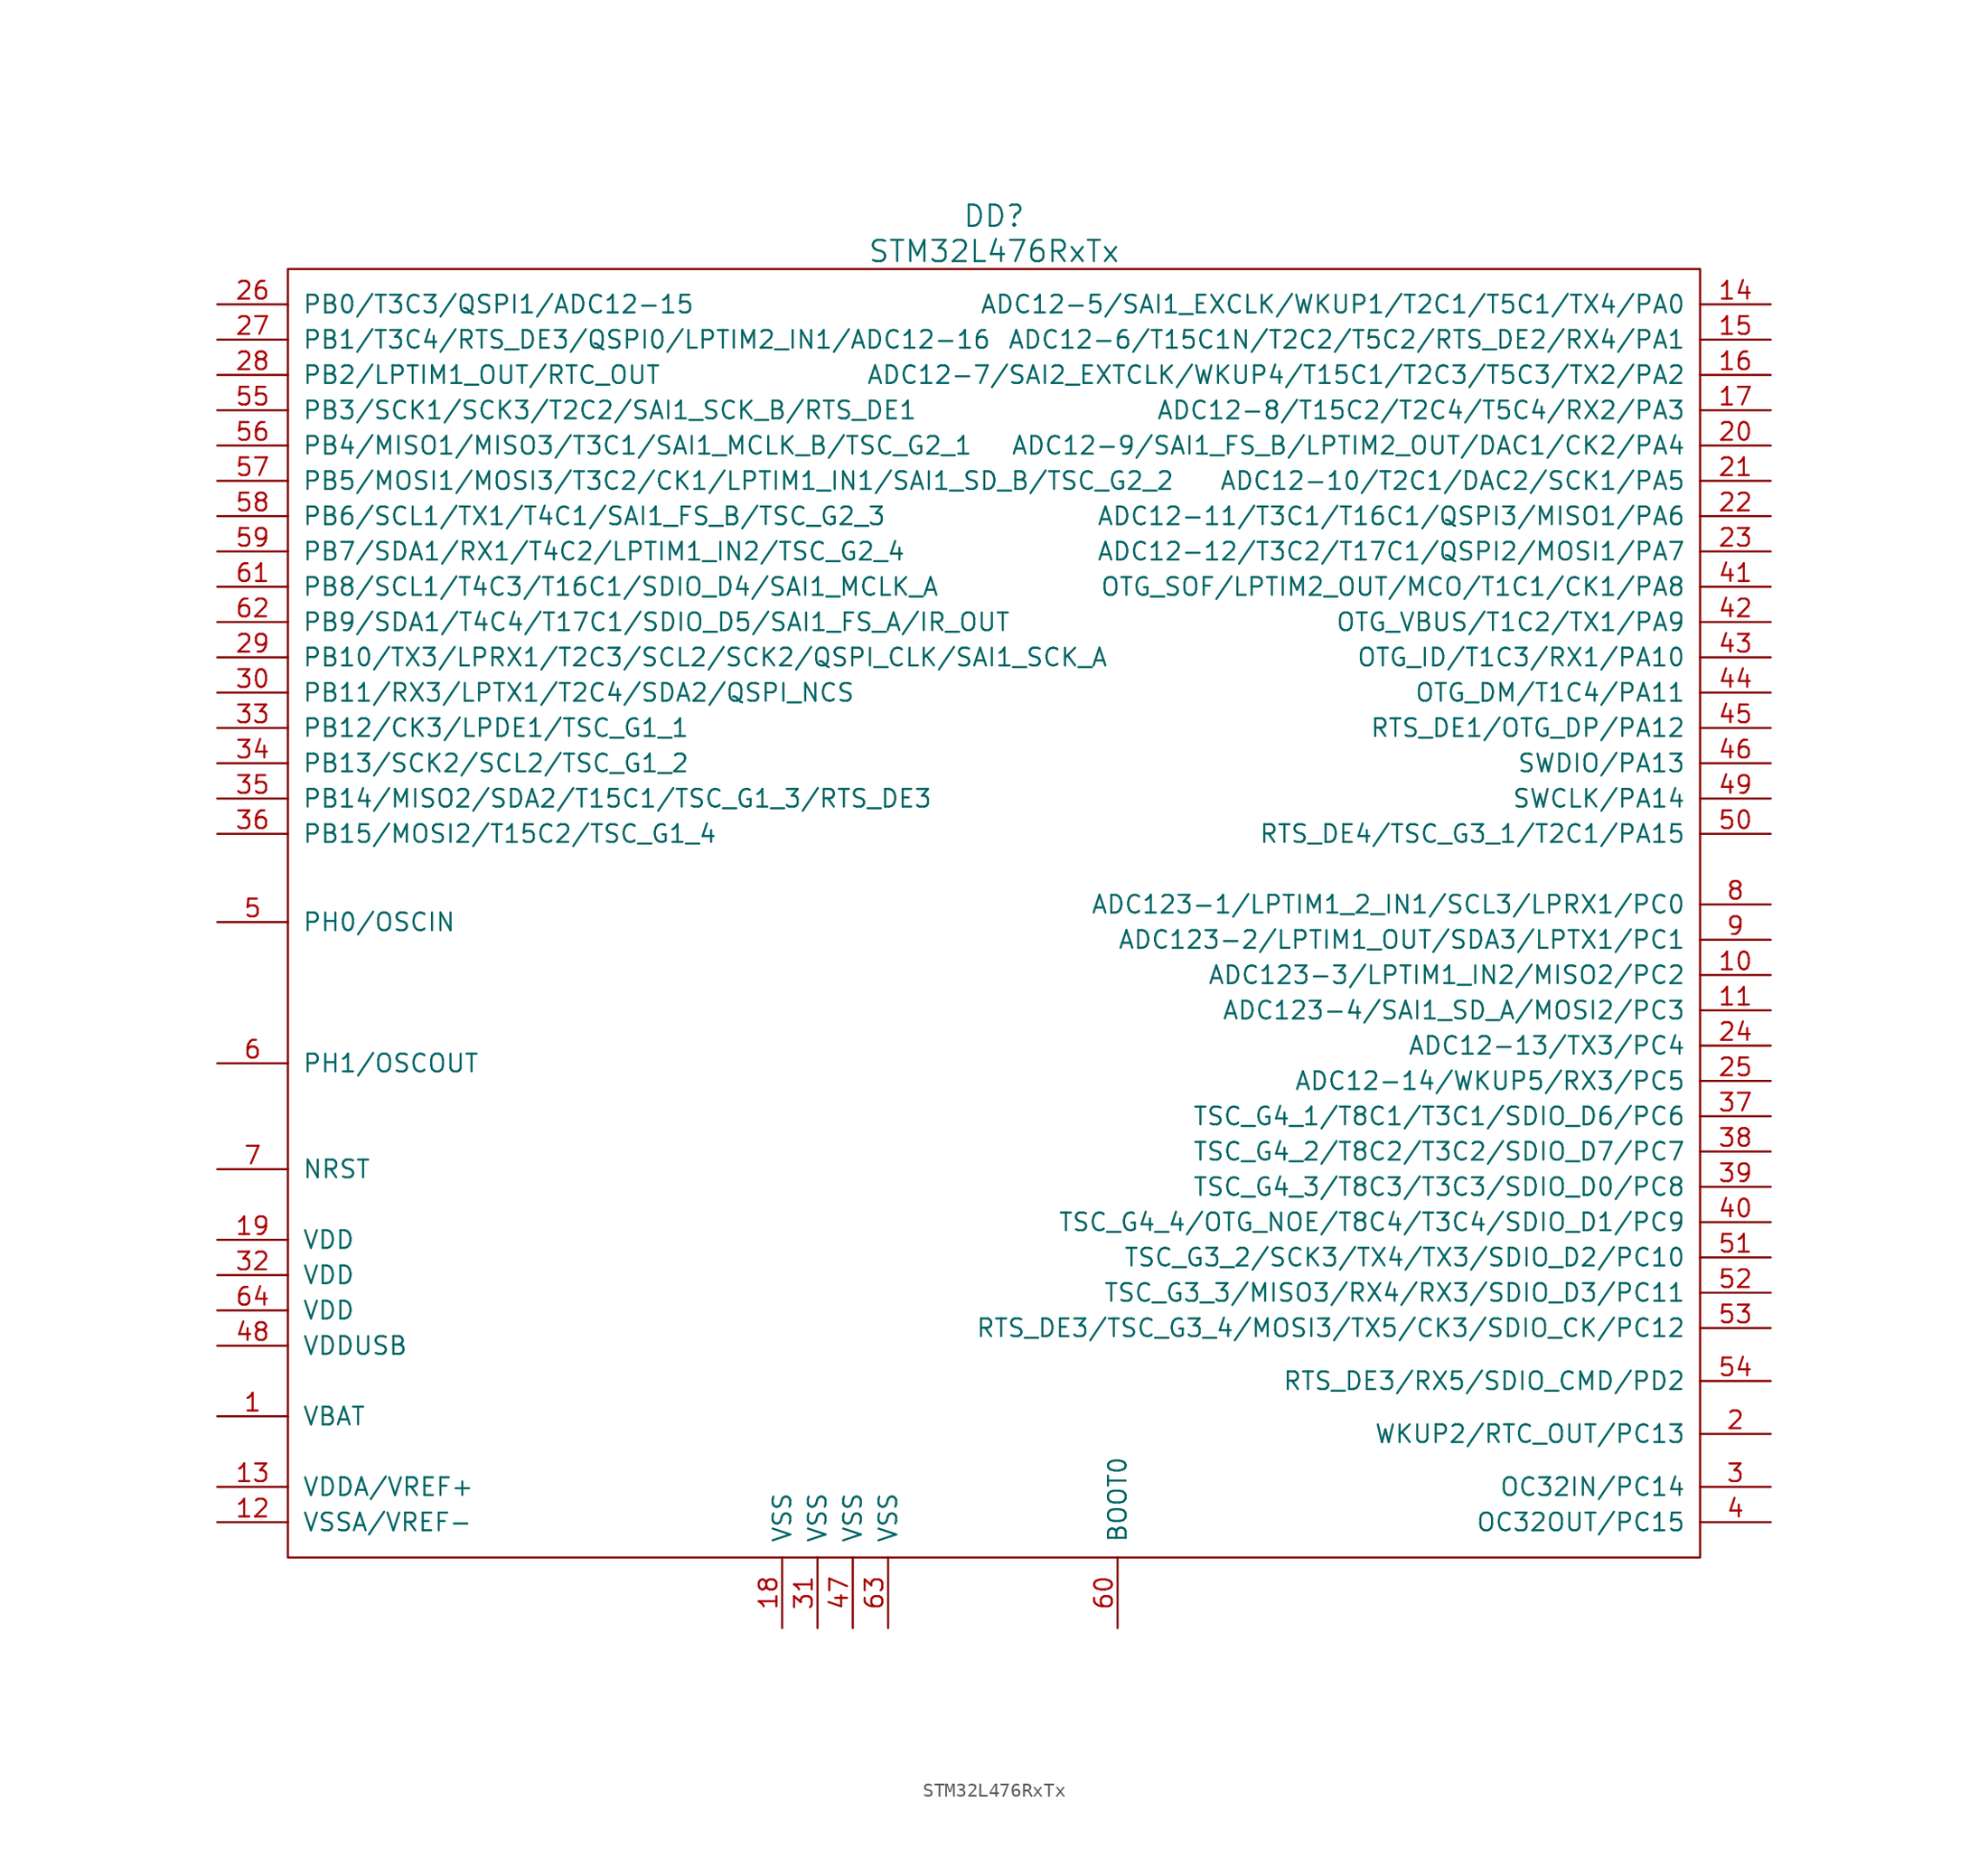
<source format=kicad_sym>
(kicad_symbol_lib
  (version 20220914)
  (generator kicad_symbol_editor)
  (symbol "STM32L476RxTx"
    (pin_names
      (offset 1.016))
    (property "Reference" "DD"
      (at 0 49.53 0)
      (effects (font (size 1.524 1.524))))
    (property "Value" "STM32L476RxTx"
      (at 0 46.99 0)
      (effects (font (size 1.524 1.524))))
    (property "Datasheet" ""
      (at 1.27 7.62 0)
      (effects (font (size 1.524 1.524))))
    (symbol "STM32L476RxTx_0_1"
      (rectangle (start 50.8 45.72) (end -50.8 -46.99) (stroke (width 0) (type solid)) (fill (type none))))
    (symbol "STM32L476RxTx_1_1"
      (pin power_in line (at -55.88 -36.83 0) (length 5.08) (name "VBAT" (effects (font (size 1.27 1.27)))) (number "1" (effects (font (size 1.27 1.27)))))
      (pin passive line (at 55.88 -5.08 180) (length 5.08) (name "ADC123-3/LPTIM1_IN2/MISO2/PC2" (effects (font (size 1.27 1.27)))) (number "10" (effects (font (size 1.27 1.27)))))
      (pin passive line (at 55.88 -7.62 180) (length 5.08) (name "ADC123-4/SAI1_SD_A/MOSI2/PC3" (effects (font (size 1.27 1.27)))) (number "11" (effects (font (size 1.27 1.27)))))
      (pin power_in line (at -55.88 -44.45 0) (length 5.08) (name "VSSA/VREF-" (effects (font (size 1.27 1.27)))) (number "12" (effects (font (size 1.27 1.27)))))
      (pin power_in line (at -55.88 -41.91 0) (length 5.08) (name "VDDA/VREF+" (effects (font (size 1.27 1.27)))) (number "13" (effects (font (size 1.27 1.27)))))
      (pin passive line (at 55.88 43.18 180) (length 5.08) (name "ADC12-5/SAI1_EXCLK/WKUP1/T2C1/T5C1/TX4/PA0" (effects (font (size 1.27 1.27)))) (number "14" (effects (font (size 1.27 1.27)))))
      (pin passive line (at 55.88 40.64 180) (length 5.08) (name "ADC12-6/T15C1N/T2C2/T5C2/RTS_DE2/RX4/PA1" (effects (font (size 1.27 1.27)))) (number "15" (effects (font (size 1.27 1.27)))))
      (pin passive line (at 55.88 38.1 180) (length 5.08) (name "ADC12-7/SAI2_EXTCLK/WKUP4/T15C1/T2C3/T5C3/TX2/PA2" (effects (font (size 1.27 1.27)))) (number "16" (effects (font (size 1.27 1.27)))))
      (pin passive line (at 55.88 35.56 180) (length 5.08) (name "ADC12-8/T15C2/T2C4/T5C4/RX2/PA3" (effects (font (size 1.27 1.27)))) (number "17" (effects (font (size 1.27 1.27)))))
      (pin power_in line (at -15.24 -52.07 90) (length 5.08) (name "VSS" (effects (font (size 1.27 1.27)))) (number "18" (effects (font (size 1.27 1.27)))))
      (pin power_in line (at -55.88 -24.13 0) (length 5.08) (name "VDD" (effects (font (size 1.27 1.27)))) (number "19" (effects (font (size 1.27 1.27)))))
      (pin passive line (at 55.88 -38.1 180) (length 5.08) (name "WKUP2/RTC_OUT/PC13" (effects (font (size 1.27 1.27)))) (number "2" (effects (font (size 1.27 1.27)))))
      (pin passive line (at 55.88 33.02 180) (length 5.08) (name "ADC12-9/SAI1_FS_B/LPTIM2_OUT/DAC1/CK2/PA4" (effects (font (size 1.27 1.27)))) (number "20" (effects (font (size 1.27 1.27)))))
      (pin passive line (at 55.88 30.48 180) (length 5.08) (name "ADC12-10/T2C1/DAC2/SCK1/PA5" (effects (font (size 1.27 1.27)))) (number "21" (effects (font (size 1.27 1.27)))))
      (pin passive line (at 55.88 27.94 180) (length 5.08) (name "ADC12-11/T3C1/T16C1/QSPI3/MISO1/PA6" (effects (font (size 1.27 1.27)))) (number "22" (effects (font (size 1.27 1.27)))))
      (pin passive line (at 55.88 25.4 180) (length 5.08) (name "ADC12-12/T3C2/T17C1/QSPI2/MOSI1/PA7" (effects (font (size 1.27 1.27)))) (number "23" (effects (font (size 1.27 1.27)))))
      (pin passive line (at 55.88 -10.16 180) (length 5.08) (name "ADC12-13/TX3/PC4" (effects (font (size 1.27 1.27)))) (number "24" (effects (font (size 1.27 1.27)))))
      (pin passive line (at 55.88 -12.7 180) (length 5.08) (name "ADC12-14/WKUP5/RX3/PC5" (effects (font (size 1.27 1.27)))) (number "25" (effects (font (size 1.27 1.27)))))
      (pin passive line (at -55.88 43.18 0) (length 5.08) (name "PB0/T3C3/QSPI1/ADC12-15" (effects (font (size 1.27 1.27)))) (number "26" (effects (font (size 1.27 1.27)))))
      (pin passive line (at -55.88 40.64 0) (length 5.08) (name "PB1/T3C4/RTS_DE3/QSPI0/LPTIM2_IN1/ADC12-16" (effects (font (size 1.27 1.27)))) (number "27" (effects (font (size 1.27 1.27)))))
      (pin passive line (at -55.88 38.1 0) (length 5.08) (name "PB2/LPTIM1_OUT/RTC_OUT" (effects (font (size 1.27 1.27)))) (number "28" (effects (font (size 1.27 1.27)))))
      (pin passive line (at -55.88 17.78 0) (length 5.08) (name "PB10/TX3/LPRX1/T2C3/SCL2/SCK2/QSPI_CLK/SAI1_SCK_A" (effects (font (size 1.27 1.27)))) (number "29" (effects (font (size 1.27 1.27)))))
      (pin passive line (at 55.88 -41.91 180) (length 5.08) (name "OC32IN/PC14" (effects (font (size 1.27 1.27)))) (number "3" (effects (font (size 1.27 1.27)))))
      (pin passive line (at -55.88 15.24 0) (length 5.08) (name "PB11/RX3/LPTX1/T2C4/SDA2/QSPI_NCS" (effects (font (size 1.27 1.27)))) (number "30" (effects (font (size 1.27 1.27)))))
      (pin power_in line (at -12.7 -52.07 90) (length 5.08) (name "VSS" (effects (font (size 1.27 1.27)))) (number "31" (effects (font (size 1.27 1.27)))))
      (pin power_in line (at -55.88 -26.67 0) (length 5.08) (name "VDD" (effects (font (size 1.27 1.27)))) (number "32" (effects (font (size 1.27 1.27)))))
      (pin passive line (at -55.88 12.7 0) (length 5.08) (name "PB12/CK3/LPDE1/TSC_G1_1" (effects (font (size 1.27 1.27)))) (number "33" (effects (font (size 1.27 1.27)))))
      (pin passive line (at -55.88 10.16 0) (length 5.08) (name "PB13/SCK2/SCL2/TSC_G1_2" (effects (font (size 1.27 1.27)))) (number "34" (effects (font (size 1.27 1.27)))))
      (pin passive line (at -55.88 7.62 0) (length 5.08) (name "PB14/MISO2/SDA2/T15C1/TSC_G1_3/RTS_DE3" (effects (font (size 1.27 1.27)))) (number "35" (effects (font (size 1.27 1.27)))))
      (pin passive line (at -55.88 5.08 0) (length 5.08) (name "PB15/MOSI2/T15C2/TSC_G1_4" (effects (font (size 1.27 1.27)))) (number "36" (effects (font (size 1.27 1.27)))))
      (pin passive line (at 55.88 -15.24 180) (length 5.08) (name "TSC_G4_1/T8C1/T3C1/SDIO_D6/PC6" (effects (font (size 1.27 1.27)))) (number "37" (effects (font (size 1.27 1.27)))))
      (pin passive line (at 55.88 -17.78 180) (length 5.08) (name "TSC_G4_2/T8C2/T3C2/SDIO_D7/PC7" (effects (font (size 1.27 1.27)))) (number "38" (effects (font (size 1.27 1.27)))))
      (pin passive line (at 55.88 -20.32 180) (length 5.08) (name "TSC_G4_3/T8C3/T3C3/SDIO_D0/PC8" (effects (font (size 1.27 1.27)))) (number "39" (effects (font (size 1.27 1.27)))))
      (pin passive line (at 55.88 -44.45 180) (length 5.08) (name "OC32OUT/PC15" (effects (font (size 1.27 1.27)))) (number "4" (effects (font (size 1.27 1.27)))))
      (pin passive line (at 55.88 -22.86 180) (length 5.08) (name "TSC_G4_4/OTG_NOE/T8C4/T3C4/SDIO_D1/PC9" (effects (font (size 1.27 1.27)))) (number "40" (effects (font (size 1.27 1.27)))))
      (pin passive line (at 55.88 22.86 180) (length 5.08) (name "OTG_SOF/LPTIM2_OUT/MCO/T1C1/CK1/PA8" (effects (font (size 1.27 1.27)))) (number "41" (effects (font (size 1.27 1.27)))))
      (pin passive line (at 55.88 20.32 180) (length 5.08) (name "OTG_VBUS/T1C2/TX1/PA9" (effects (font (size 1.27 1.27)))) (number "42" (effects (font (size 1.27 1.27)))))
      (pin passive line (at 55.88 17.78 180) (length 5.08) (name "OTG_ID/T1C3/RX1/PA10" (effects (font (size 1.27 1.27)))) (number "43" (effects (font (size 1.27 1.27)))))
      (pin passive line (at 55.88 15.24 180) (length 5.08) (name "OTG_DM/T1C4/PA11" (effects (font (size 1.27 1.27)))) (number "44" (effects (font (size 1.27 1.27)))))
      (pin passive line (at 55.88 12.7 180) (length 5.08) (name "RTS_DE1/OTG_DP/PA12" (effects (font (size 1.27 1.27)))) (number "45" (effects (font (size 1.27 1.27)))))
      (pin passive line (at 55.88 10.16 180) (length 5.08) (name "SWDIO/PA13" (effects (font (size 1.27 1.27)))) (number "46" (effects (font (size 1.27 1.27)))))
      (pin power_in line (at -10.16 -52.07 90) (length 5.08) (name "VSS" (effects (font (size 1.27 1.27)))) (number "47" (effects (font (size 1.27 1.27)))))
      (pin power_in line (at -55.88 -31.75 0) (length 5.08) (name "VDDUSB" (effects (font (size 1.27 1.27)))) (number "48" (effects (font (size 1.27 1.27)))))
      (pin passive line (at 55.88 7.62 180) (length 5.08) (name "SWCLK/PA14" (effects (font (size 1.27 1.27)))) (number "49" (effects (font (size 1.27 1.27)))))
      (pin passive line (at -55.88 -1.27 0) (length 5.08) (name "PH0/OSCIN" (effects (font (size 1.27 1.27)))) (number "5" (effects (font (size 1.27 1.27)))))
      (pin passive line (at 55.88 5.08 180) (length 5.08) (name "RTS_DE4/TSC_G3_1/T2C1/PA15" (effects (font (size 1.27 1.27)))) (number "50" (effects (font (size 1.27 1.27)))))
      (pin passive line (at 55.88 -25.4 180) (length 5.08) (name "TSC_G3_2/SCK3/TX4/TX3/SDIO_D2/PC10" (effects (font (size 1.27 1.27)))) (number "51" (effects (font (size 1.27 1.27)))))
      (pin passive line (at 55.88 -27.94 180) (length 5.08) (name "TSC_G3_3/MISO3/RX4/RX3/SDIO_D3/PC11" (effects (font (size 1.27 1.27)))) (number "52" (effects (font (size 1.27 1.27)))))
      (pin passive line (at 55.88 -30.48 180) (length 5.08) (name "RTS_DE3/TSC_G3_4/MOSI3/TX5/CK3/SDIO_CK/PC12" (effects (font (size 1.27 1.27)))) (number "53" (effects (font (size 1.27 1.27)))))
      (pin passive line (at 55.88 -34.29 180) (length 5.08) (name "RTS_DE3/RX5/SDIO_CMD/PD2" (effects (font (size 1.27 1.27)))) (number "54" (effects (font (size 1.27 1.27)))))
      (pin passive line (at -55.88 35.56 0) (length 5.08) (name "PB3/SCK1/SCK3/T2C2/SAI1_SCK_B/RTS_DE1" (effects (font (size 1.27 1.27)))) (number "55" (effects (font (size 1.27 1.27)))))
      (pin passive line (at -55.88 33.02 0) (length 5.08) (name "PB4/MISO1/MISO3/T3C1/SAI1_MCLK_B/TSC_G2_1" (effects (font (size 1.27 1.27)))) (number "56" (effects (font (size 1.27 1.27)))))
      (pin passive line (at -55.88 30.48 0) (length 5.08) (name "PB5/MOSI1/MOSI3/T3C2/CK1/LPTIM1_IN1/SAI1_SD_B/TSC_G2_2" (effects (font (size 1.27 1.27)))) (number "57" (effects (font (size 1.27 1.27)))))
      (pin passive line (at -55.88 27.94 0) (length 5.08) (name "PB6/SCL1/TX1/T4C1/SAI1_FS_B/TSC_G2_3" (effects (font (size 1.27 1.27)))) (number "58" (effects (font (size 1.27 1.27)))))
      (pin passive line (at -55.88 25.4 0) (length 5.08) (name "PB7/SDA1/RX1/T4C2/LPTIM1_IN2/TSC_G2_4" (effects (font (size 1.27 1.27)))) (number "59" (effects (font (size 1.27 1.27)))))
      (pin passive line (at -55.88 -11.43 0) (length 5.08) (name "PH1/OSCOUT" (effects (font (size 1.27 1.27)))) (number "6" (effects (font (size 1.27 1.27)))))
      (pin passive line (at 8.89 -52.07 90) (length 5.08) (name "BOOT0" (effects (font (size 1.27 1.27)))) (number "60" (effects (font (size 1.27 1.27)))))
      (pin passive line (at -55.88 22.86 0) (length 5.08) (name "PB8/SCL1/T4C3/T16C1/SDIO_D4/SAI1_MCLK_A" (effects (font (size 1.27 1.27)))) (number "61" (effects (font (size 1.27 1.27)))))
      (pin passive line (at -55.88 20.32 0) (length 5.08) (name "PB9/SDA1/T4C4/T17C1/SDIO_D5/SAI1_FS_A/IR_OUT" (effects (font (size 1.27 1.27)))) (number "62" (effects (font (size 1.27 1.27)))))
      (pin power_in line (at -7.62 -52.07 90) (length 5.08) (name "VSS" (effects (font (size 1.27 1.27)))) (number "63" (effects (font (size 1.27 1.27)))))
      (pin power_in line (at -55.88 -29.21 0) (length 5.08) (name "VDD" (effects (font (size 1.27 1.27)))) (number "64" (effects (font (size 1.27 1.27)))))
      (pin passive line (at -55.88 -19.05 0) (length 5.08) (name "NRST" (effects (font (size 1.27 1.27)))) (number "7" (effects (font (size 1.27 1.27)))))
      (pin passive line (at 55.88 0 180) (length 5.08) (name "ADC123-1/LPTIM1_2_IN1/SCL3/LPRX1/PC0" (effects (font (size 1.27 1.27)))) (number "8" (effects (font (size 1.27 1.27)))))
      (pin passive line (at 55.88 -2.54 180) (length 5.08) (name "ADC123-2/LPTIM1_OUT/SDA3/LPTX1/PC1" (effects (font (size 1.27 1.27)))) (number "9" (effects (font (size 1.27 1.27))))))))
</source>
